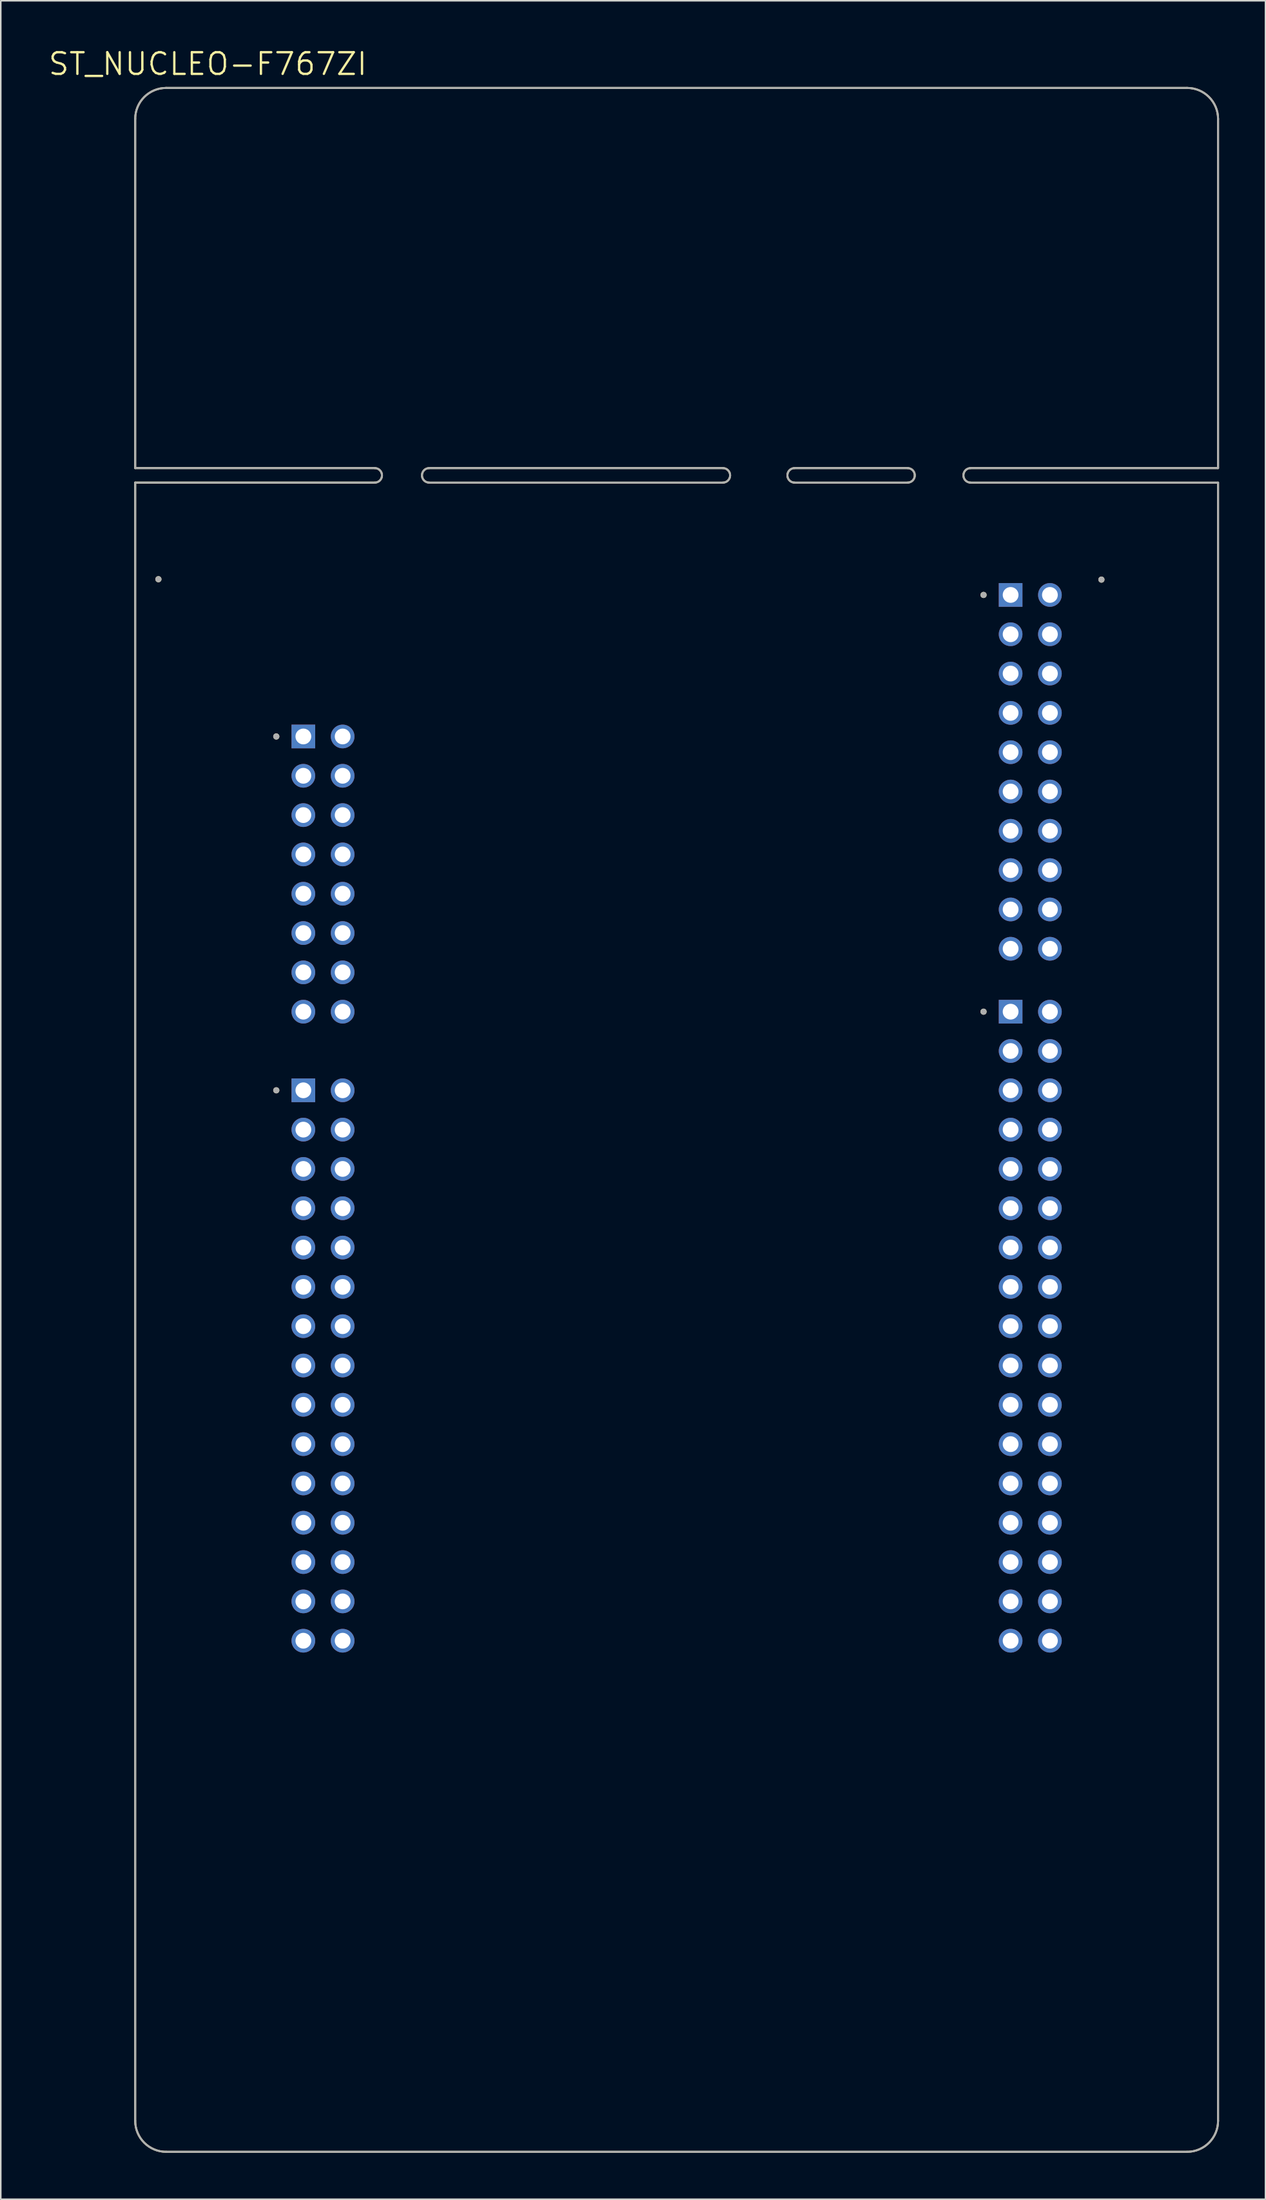
<source format=kicad_pcb>
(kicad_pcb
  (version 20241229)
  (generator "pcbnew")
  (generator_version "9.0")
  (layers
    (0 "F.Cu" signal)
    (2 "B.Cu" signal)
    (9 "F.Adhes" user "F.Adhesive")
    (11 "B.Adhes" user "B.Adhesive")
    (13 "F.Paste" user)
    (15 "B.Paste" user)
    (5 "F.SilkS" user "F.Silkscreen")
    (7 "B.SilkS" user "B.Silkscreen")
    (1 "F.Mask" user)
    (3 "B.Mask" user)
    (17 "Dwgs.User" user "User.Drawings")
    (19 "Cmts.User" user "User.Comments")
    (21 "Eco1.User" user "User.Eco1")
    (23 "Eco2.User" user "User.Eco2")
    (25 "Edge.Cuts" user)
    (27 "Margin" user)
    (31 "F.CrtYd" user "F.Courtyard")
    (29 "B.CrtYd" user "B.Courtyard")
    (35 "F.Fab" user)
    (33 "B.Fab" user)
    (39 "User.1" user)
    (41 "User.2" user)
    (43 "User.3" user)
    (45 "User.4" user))
  (footprint "ST_NUCLEO-F767ZI"
    (layer "F.Cu")
    (at 40.69 69.301)
    (property "Reference" "ST_NUCLEO-F767ZI" (at -30.305 -68.219 0) (layer "F.SilkS") (effects (font (size 1.4 1.4) (thickness 0.15))))
    (attr through_hole)
    (fp_line (start -35 -64.67) (end -35 -42.11) (stroke (width 0.127) (type solid)) (layer "F.SilkS"))
    (fp_line (start -35 -42.11) (end -19.507 -42.11) (stroke (width 0.127) (type solid)) (layer "F.SilkS"))
    (fp_line (start -35 -41.17) (end -35 64.67) (stroke (width 0.127) (type solid)) (layer "F.SilkS"))
    (fp_line (start -35 -41.17) (end -19.507 -41.17) (stroke (width 0.127) (type solid)) (layer "F.SilkS"))
    (fp_line (start -35 -41.17) (end -19.507 -41.17) (stroke (width 0.127) (type solid)) (layer "F.SilkS"))
    (fp_line (start -33 66.67) (end 33 66.67) (stroke (width 0.127) (type solid)) (layer "F.SilkS"))
    (fp_line (start -16.002 -42.11) (end 2.997 -42.11) (stroke (width 0.127) (type solid)) (layer "F.SilkS"))
    (fp_line (start -16.002 -41.17) (end 2.997 -41.17) (stroke (width 0.127) (type solid)) (layer "F.SilkS"))
    (fp_line (start 7.62 -42.11) (end 14.935 -42.11) (stroke (width 0.127) (type solid)) (layer "F.SilkS"))
    (fp_line (start 7.62 -41.17) (end 14.935 -41.17) (stroke (width 0.127) (type solid)) (layer "F.SilkS"))
    (fp_line (start 18.999 -42.11) (end 35 -42.11) (stroke (width 0.127) (type solid)) (layer "F.SilkS"))
    (fp_line (start 18.999 -41.17) (end 35 -41.17) (stroke (width 0.127) (type solid)) (layer "F.SilkS"))
    (fp_line (start 33 -66.67) (end -33 -66.67) (stroke (width 0.127) (type solid)) (layer "F.SilkS"))
    (fp_line (start 35 -42.11) (end 35 -64.67) (stroke (width 0.127) (type solid)) (layer "F.SilkS"))
    (fp_line (start 35 64.67) (end 35 -41.17) (stroke (width 0.127) (type solid)) (layer "F.SilkS"))
    (fp_arc (start -35 -64.67) (mid -34.414214 -66.084214) (end -33 -66.67) (stroke (width 0.127) (type solid)) (layer "F.SilkS"))
    (fp_arc (start -33 66.67) (mid -34.414214 66.084214) (end -35 64.67) (stroke (width 0.127) (type solid)) (layer "F.SilkS"))
    (fp_arc (start -19.507199 -42.11) (mid -19.044602 -41.64) (end -19.5072 -41.17) (stroke (width 0.127) (type solid)) (layer "F.SilkS"))
    (fp_arc (start -16.002001 -41.17) (mid -16.464598 -41.64) (end -16.002 -42.11) (stroke (width 0.127) (type solid)) (layer "F.SilkS"))
    (fp_arc (start 2.997201 -42.11) (mid 3.459798 -41.64) (end 2.9972 -41.17) (stroke (width 0.127) (type solid)) (layer "F.SilkS"))
    (fp_arc (start 7.619999 -41.17) (mid 7.157402 -41.64) (end 7.62 -42.11) (stroke (width 0.127) (type solid)) (layer "F.SilkS"))
    (fp_arc (start 14.935201 -42.11) (mid 15.397798 -41.64) (end 14.9352 -41.17) (stroke (width 0.127) (type solid)) (layer "F.SilkS"))
    (fp_arc (start 18.999199 -41.17) (mid 18.536602 -41.64) (end 18.9992 -42.11) (stroke (width 0.127) (type solid)) (layer "F.SilkS"))
    (fp_arc (start 33 -66.67) (mid 34.414214 -66.084214) (end 35 -64.67) (stroke (width 0.127) (type solid)) (layer "F.SilkS"))
    (fp_arc (start 35 64.67) (mid 34.414214 66.084214) (end 33 66.67) (stroke (width 0.127) (type solid)) (layer "F.SilkS"))
    (fp_circle (center -33.5 -34.93) (end -33.4 -34.93) (stroke (width 0.2) (type solid)) (fill no) (layer "F.SilkS"))
    (fp_circle (center -25.88 -24.77) (end -25.78 -24.77) (stroke (width 0.2) (type solid)) (fill no) (layer "F.SilkS"))
    (fp_circle (center -25.88 -1.91) (end -25.78 -1.91) (stroke (width 0.2) (type solid)) (fill no) (layer "F.SilkS"))
    (fp_circle (center 19.84 -33.914) (end 19.94 -33.914) (stroke (width 0.2) (type solid)) (fill no) (layer "F.SilkS"))
    (fp_circle (center 19.84 -6.99) (end 19.94 -6.99) (stroke (width 0.2) (type solid)) (fill no) (layer "F.SilkS"))
    (fp_circle (center 27.46 -34.905) (end 27.56 -34.905) (stroke (width 0.2) (type solid)) (fill no) (layer "F.SilkS"))
    (fp_line (start -35 -64.67) (end -35 -42.11) (stroke (width 0.127) (type solid)) (layer "F.Fab"))
    (fp_line (start -35 -42.11) (end -19.507 -42.11) (stroke (width 0.127) (type solid)) (layer "F.Fab"))
    (fp_line (start -35 -41.17) (end -35 64.67) (stroke (width 0.127) (type solid)) (layer "F.Fab"))
    (fp_line (start -35 -41.17) (end -19.507 -41.17) (stroke (width 0.127) (type solid)) (layer "F.Fab"))
    (fp_line (start -33 66.67) (end 33 66.67) (stroke (width 0.127) (type solid)) (layer "F.Fab"))
    (fp_line (start -16.002 -42.11) (end 2.997 -42.11) (stroke (width 0.127) (type solid)) (layer "F.Fab"))
    (fp_line (start -16.002 -41.17) (end 2.997 -41.17) (stroke (width 0.127) (type solid)) (layer "F.Fab"))
    (fp_line (start 7.62 -42.11) (end 14.935 -42.11) (stroke (width 0.127) (type solid)) (layer "F.Fab"))
    (fp_line (start 7.62 -41.17) (end 14.935 -41.17) (stroke (width 0.127) (type solid)) (layer "F.Fab"))
    (fp_line (start 18.999 -42.11) (end 35 -42.11) (stroke (width 0.127) (type solid)) (layer "F.Fab"))
    (fp_line (start 18.999 -41.17) (end 35 -41.17) (stroke (width 0.127) (type solid)) (layer "F.Fab"))
    (fp_line (start 33 -66.67) (end -33 -66.67) (stroke (width 0.127) (type solid)) (layer "F.Fab"))
    (fp_line (start 35 -42.11) (end 35 -64.67) (stroke (width 0.127) (type solid)) (layer "F.Fab"))
    (fp_line (start 35 64.67) (end 35 -41.17) (stroke (width 0.127) (type solid)) (layer "F.Fab"))
    (fp_arc (start -35 -64.67) (mid -34.414214 -66.084214) (end -33 -66.67) (stroke (width 0.127) (type solid)) (layer "F.Fab"))
    (fp_arc (start -33 66.67) (mid -34.414214 66.084214) (end -35 64.67) (stroke (width 0.127) (type solid)) (layer "F.Fab"))
    (fp_arc (start -19.507199 -42.11) (mid -19.044602 -41.64) (end -19.5072 -41.17) (stroke (width 0.127) (type solid)) (layer "F.Fab"))
    (fp_arc (start -16.002001 -41.17) (mid -16.464598 -41.64) (end -16.002 -42.11) (stroke (width 0.127) (type solid)) (layer "F.Fab"))
    (fp_arc (start 2.997201 -42.11) (mid 3.459798 -41.64) (end 2.9972 -41.17) (stroke (width 0.127) (type solid)) (layer "F.Fab"))
    (fp_arc (start 7.619999 -41.17) (mid 7.157402 -41.64) (end 7.62 -42.11) (stroke (width 0.127) (type solid)) (layer "F.Fab"))
    (fp_arc (start 14.935201 -42.11) (mid 15.397798 -41.64) (end 14.9352 -41.17) (stroke (width 0.127) (type solid)) (layer "F.Fab"))
    (fp_arc (start 18.999199 -41.17) (mid 18.536602 -41.64) (end 18.9992 -42.11) (stroke (width 0.127) (type solid)) (layer "F.Fab"))
    (fp_arc (start 33 -66.67) (mid 34.414214 -66.084214) (end 35 -64.67) (stroke (width 0.127) (type solid)) (layer "F.Fab"))
    (fp_arc (start 35 64.67) (mid 34.414214 66.084214) (end 33 66.67) (stroke (width 0.127) (type solid)) (layer "F.Fab"))
    (fp_circle (center -33.5 -34.93) (end -33.4 -34.93) (stroke (width 0.2) (type solid)) (fill no) (layer "F.Fab"))
    (fp_circle (center -25.88 -24.77) (end -25.78 -24.77) (stroke (width 0.2) (type solid)) (fill no) (layer "F.Fab"))
    (fp_circle (center -25.88 -1.91) (end -25.78 -1.91) (stroke (width 0.2) (type solid)) (fill no) (layer "F.Fab"))
    (fp_circle (center 19.84 -33.914) (end 19.94 -33.914) (stroke (width 0.2) (type solid)) (fill no) (layer "F.Fab"))
    (fp_circle (center 19.84 -6.99) (end 19.94 -6.99) (stroke (width 0.2) (type solid)) (fill no) (layer "F.Fab"))
    (fp_circle (center 27.46 -34.905) (end 27.56 -34.905) (stroke (width 0.2) (type solid)) (fill no) (layer "F.Fab"))
    (pad "CN7_1" thru_hole rect (at 21.59 -33.914) (size 1.53 1.53) (drill 1.02) (layers "*.Cu" "*.Mask"))
    (pad "CN7_2" thru_hole circle (at 24.13 -33.914) (size 1.53 1.53) (drill 1.02) (layers "*.Cu" "*.Mask"))
    (pad "CN7_3" thru_hole circle (at 21.59 -31.374) (size 1.53 1.53) (drill 1.02) (layers "*.Cu" "*.Mask"))
    (pad "CN7_4" thru_hole circle (at 24.13 -31.374) (size 1.53 1.53) (drill 1.02) (layers "*.Cu" "*.Mask"))
    (pad "CN7_5" thru_hole circle (at 21.59 -28.834) (size 1.53 1.53) (drill 1.02) (layers "*.Cu" "*.Mask"))
    (pad "CN7_6" thru_hole circle (at 24.13 -28.834) (size 1.53 1.53) (drill 1.02) (layers "*.Cu" "*.Mask"))
    (pad "CN7_7" thru_hole circle (at 21.59 -26.294) (size 1.53 1.53) (drill 1.02) (layers "*.Cu" "*.Mask"))
    (pad "CN7_8" thru_hole circle (at 24.13 -26.294) (size 1.53 1.53) (drill 1.02) (layers "*.Cu" "*.Mask"))
    (pad "CN7_9" thru_hole circle (at 21.59 -23.754) (size 1.53 1.53) (drill 1.02) (layers "*.Cu" "*.Mask"))
    (pad "CN7_10" thru_hole circle (at 24.13 -23.754) (size 1.53 1.53) (drill 1.02) (layers "*.Cu" "*.Mask"))
    (pad "CN7_11" thru_hole circle (at 21.59 -21.214) (size 1.53 1.53) (drill 1.02) (layers "*.Cu" "*.Mask"))
    (pad "CN7_12" thru_hole circle (at 24.13 -21.214) (size 1.53 1.53) (drill 1.02) (layers "*.Cu" "*.Mask"))
    (pad "CN7_13" thru_hole circle (at 21.59 -18.674) (size 1.53 1.53) (drill 1.02) (layers "*.Cu" "*.Mask"))
    (pad "CN7_14" thru_hole circle (at 24.13 -18.674) (size 1.53 1.53) (drill 1.02) (layers "*.Cu" "*.Mask"))
    (pad "CN7_15" thru_hole circle (at 21.59 -16.134) (size 1.53 1.53) (drill 1.02) (layers "*.Cu" "*.Mask"))
    (pad "CN7_16" thru_hole circle (at 24.13 -16.134) (size 1.53 1.53) (drill 1.02) (layers "*.Cu" "*.Mask"))
    (pad "CN7_17" thru_hole circle (at 21.59 -13.594) (size 1.53 1.53) (drill 1.02) (layers "*.Cu" "*.Mask"))
    (pad "CN7_18" thru_hole circle (at 24.13 -13.594) (size 1.53 1.53) (drill 1.02) (layers "*.Cu" "*.Mask"))
    (pad "CN7_19" thru_hole circle (at 21.59 -11.054) (size 1.53 1.53) (drill 1.02) (layers "*.Cu" "*.Mask"))
    (pad "CN7_20" thru_hole circle (at 24.13 -11.054) (size 1.53 1.53) (drill 1.02) (layers "*.Cu" "*.Mask"))
    (pad "CN8_1" thru_hole rect (at -24.13 -24.77) (size 1.53 1.53) (drill 1.02) (layers "*.Cu" "*.Mask"))
    (pad "CN8_2" thru_hole circle (at -21.59 -24.77) (size 1.53 1.53) (drill 1.02) (layers "*.Cu" "*.Mask"))
    (pad "CN8_3" thru_hole circle (at -24.13 -22.23) (size 1.53 1.53) (drill 1.02) (layers "*.Cu" "*.Mask"))
    (pad "CN8_4" thru_hole circle (at -21.59 -22.23) (size 1.53 1.53) (drill 1.02) (layers "*.Cu" "*.Mask"))
    (pad "CN8_5" thru_hole circle (at -24.13 -19.69) (size 1.53 1.53) (drill 1.02) (layers "*.Cu" "*.Mask"))
    (pad "CN8_6" thru_hole circle (at -21.59 -19.69) (size 1.53 1.53) (drill 1.02) (layers "*.Cu" "*.Mask"))
    (pad "CN8_7" thru_hole circle (at -24.13 -17.15) (size 1.53 1.53) (drill 1.02) (layers "*.Cu" "*.Mask"))
    (pad "CN8_8" thru_hole circle (at -21.59 -17.15) (size 1.53 1.53) (drill 1.02) (layers "*.Cu" "*.Mask"))
    (pad "CN8_9" thru_hole circle (at -24.13 -14.61) (size 1.53 1.53) (drill 1.02) (layers "*.Cu" "*.Mask"))
    (pad "CN8_10" thru_hole circle (at -21.59 -14.61) (size 1.53 1.53) (drill 1.02) (layers "*.Cu" "*.Mask"))
    (pad "CN8_11" thru_hole circle (at -24.13 -12.07) (size 1.53 1.53) (drill 1.02) (layers "*.Cu" "*.Mask"))
    (pad "CN8_12" thru_hole circle (at -21.59 -12.07) (size 1.53 1.53) (drill 1.02) (layers "*.Cu" "*.Mask"))
    (pad "CN8_13" thru_hole circle (at -24.13 -9.53) (size 1.53 1.53) (drill 1.02) (layers "*.Cu" "*.Mask"))
    (pad "CN8_14" thru_hole circle (at -21.59 -9.53) (size 1.53 1.53) (drill 1.02) (layers "*.Cu" "*.Mask"))
    (pad "CN8_15" thru_hole circle (at -24.13 -6.99) (size 1.53 1.53) (drill 1.02) (layers "*.Cu" "*.Mask"))
    (pad "CN8_16" thru_hole circle (at -21.59 -6.99) (size 1.53 1.53) (drill 1.02) (layers "*.Cu" "*.Mask"))
    (pad "CN9_1" thru_hole rect (at -24.13 -1.91) (size 1.53 1.53) (drill 1.02) (layers "*.Cu" "*.Mask"))
    (pad "CN9_2" thru_hole circle (at -21.59 -1.91) (size 1.53 1.53) (drill 1.02) (layers "*.Cu" "*.Mask"))
    (pad "CN9_3" thru_hole circle (at -24.13 0.63) (size 1.53 1.53) (drill 1.02) (layers "*.Cu" "*.Mask"))
    (pad "CN9_4" thru_hole circle (at -21.59 0.63) (size 1.53 1.53) (drill 1.02) (layers "*.Cu" "*.Mask"))
    (pad "CN9_5" thru_hole circle (at -24.13 3.17) (size 1.53 1.53) (drill 1.02) (layers "*.Cu" "*.Mask"))
    (pad "CN9_6" thru_hole circle (at -21.59 3.17) (size 1.53 1.53) (drill 1.02) (layers "*.Cu" "*.Mask"))
    (pad "CN9_7" thru_hole circle (at -24.13 5.71) (size 1.53 1.53) (drill 1.02) (layers "*.Cu" "*.Mask"))
    (pad "CN9_8" thru_hole circle (at -21.59 5.71) (size 1.53 1.53) (drill 1.02) (layers "*.Cu" "*.Mask"))
    (pad "CN9_9" thru_hole circle (at -24.13 8.25) (size 1.53 1.53) (drill 1.02) (layers "*.Cu" "*.Mask"))
    (pad "CN9_10" thru_hole circle (at -21.59 8.25) (size 1.53 1.53) (drill 1.02) (layers "*.Cu" "*.Mask"))
    (pad "CN9_11" thru_hole circle (at -24.13 10.79) (size 1.53 1.53) (drill 1.02) (layers "*.Cu" "*.Mask"))
    (pad "CN9_12" thru_hole circle (at -21.59 10.79) (size 1.53 1.53) (drill 1.02) (layers "*.Cu" "*.Mask"))
    (pad "CN9_13" thru_hole circle (at -24.13 13.33) (size 1.53 1.53) (drill 1.02) (layers "*.Cu" "*.Mask"))
    (pad "CN9_14" thru_hole circle (at -21.59 13.33) (size 1.53 1.53) (drill 1.02) (layers "*.Cu" "*.Mask"))
    (pad "CN9_15" thru_hole circle (at -24.13 15.87) (size 1.53 1.53) (drill 1.02) (layers "*.Cu" "*.Mask"))
    (pad "CN9_16" thru_hole circle (at -21.59 15.87) (size 1.53 1.53) (drill 1.02) (layers "*.Cu" "*.Mask"))
    (pad "CN9_17" thru_hole circle (at -24.13 18.41) (size 1.53 1.53) (drill 1.02) (layers "*.Cu" "*.Mask"))
    (pad "CN9_18" thru_hole circle (at -21.59 18.41) (size 1.53 1.53) (drill 1.02) (layers "*.Cu" "*.Mask"))
    (pad "CN9_19" thru_hole circle (at -24.13 20.95) (size 1.53 1.53) (drill 1.02) (layers "*.Cu" "*.Mask"))
    (pad "CN9_20" thru_hole circle (at -21.59 20.95) (size 1.53 1.53) (drill 1.02) (layers "*.Cu" "*.Mask"))
    (pad "CN9_21" thru_hole circle (at -24.13 23.49) (size 1.53 1.53) (drill 1.02) (layers "*.Cu" "*.Mask"))
    (pad "CN9_22" thru_hole circle (at -21.59 23.49) (size 1.53 1.53) (drill 1.02) (layers "*.Cu" "*.Mask"))
    (pad "CN9_23" thru_hole circle (at -24.13 26.03) (size 1.53 1.53) (drill 1.02) (layers "*.Cu" "*.Mask"))
    (pad "CN9_24" thru_hole circle (at -21.59 26.03) (size 1.53 1.53) (drill 1.02) (layers "*.Cu" "*.Mask"))
    (pad "CN9_25" thru_hole circle (at -24.13 28.57) (size 1.53 1.53) (drill 1.02) (layers "*.Cu" "*.Mask"))
    (pad "CN9_26" thru_hole circle (at -21.59 28.57) (size 1.53 1.53) (drill 1.02) (layers "*.Cu" "*.Mask"))
    (pad "CN9_27" thru_hole circle (at -24.13 31.11) (size 1.53 1.53) (drill 1.02) (layers "*.Cu" "*.Mask"))
    (pad "CN9_28" thru_hole circle (at -21.59 31.11) (size 1.53 1.53) (drill 1.02) (layers "*.Cu" "*.Mask"))
    (pad "CN9_29" thru_hole circle (at -24.13 33.65) (size 1.53 1.53) (drill 1.02) (layers "*.Cu" "*.Mask"))
    (pad "CN9_30" thru_hole circle (at -21.59 33.65) (size 1.53 1.53) (drill 1.02) (layers "*.Cu" "*.Mask"))
    (pad "CN10_1" thru_hole rect (at 21.59 -6.99) (size 1.53 1.53) (drill 1.02) (layers "*.Cu" "*.Mask"))
    (pad "CN10_2" thru_hole circle (at 24.13 -6.99) (size 1.53 1.53) (drill 1.02) (layers "*.Cu" "*.Mask"))
    (pad "CN10_3" thru_hole circle (at 21.59 -4.45) (size 1.53 1.53) (drill 1.02) (layers "*.Cu" "*.Mask"))
    (pad "CN10_4" thru_hole circle (at 24.13 -4.45) (size 1.53 1.53) (drill 1.02) (layers "*.Cu" "*.Mask"))
    (pad "CN10_5" thru_hole circle (at 21.59 -1.91) (size 1.53 1.53) (drill 1.02) (layers "*.Cu" "*.Mask"))
    (pad "CN10_6" thru_hole circle (at 24.13 -1.91) (size 1.53 1.53) (drill 1.02) (layers "*.Cu" "*.Mask"))
    (pad "CN10_7" thru_hole circle (at 21.59 0.63) (size 1.53 1.53) (drill 1.02) (layers "*.Cu" "*.Mask"))
    (pad "CN10_8" thru_hole circle (at 24.13 0.63) (size 1.53 1.53) (drill 1.02) (layers "*.Cu" "*.Mask"))
    (pad "CN10_9" thru_hole circle (at 21.59 3.17) (size 1.53 1.53) (drill 1.02) (layers "*.Cu" "*.Mask"))
    (pad "CN10_10" thru_hole circle (at 24.13 3.17) (size 1.53 1.53) (drill 1.02) (layers "*.Cu" "*.Mask"))
    (pad "CN10_11" thru_hole circle (at 21.59 5.71) (size 1.53 1.53) (drill 1.02) (layers "*.Cu" "*.Mask"))
    (pad "CN10_12" thru_hole circle (at 24.13 5.71) (size 1.53 1.53) (drill 1.02) (layers "*.Cu" "*.Mask"))
    (pad "CN10_13" thru_hole circle (at 21.59 8.25) (size 1.53 1.53) (drill 1.02) (layers "*.Cu" "*.Mask"))
    (pad "CN10_14" thru_hole circle (at 24.13 8.25) (size 1.53 1.53) (drill 1.02) (layers "*.Cu" "*.Mask"))
    (pad "CN10_15" thru_hole circle (at 21.59 10.79) (size 1.53 1.53) (drill 1.02) (layers "*.Cu" "*.Mask"))
    (pad "CN10_16" thru_hole circle (at 24.13 10.79) (size 1.53 1.53) (drill 1.02) (layers "*.Cu" "*.Mask"))
    (pad "CN10_17" thru_hole circle (at 21.59 13.33) (size 1.53 1.53) (drill 1.02) (layers "*.Cu" "*.Mask"))
    (pad "CN10_18" thru_hole circle (at 24.13 13.33) (size 1.53 1.53) (drill 1.02) (layers "*.Cu" "*.Mask"))
    (pad "CN10_19" thru_hole circle (at 21.59 15.87) (size 1.53 1.53) (drill 1.02) (layers "*.Cu" "*.Mask"))
    (pad "CN10_20" thru_hole circle (at 24.13 15.87) (size 1.53 1.53) (drill 1.02) (layers "*.Cu" "*.Mask"))
    (pad "CN10_21" thru_hole circle (at 21.59 18.41) (size 1.53 1.53) (drill 1.02) (layers "*.Cu" "*.Mask"))
    (pad "CN10_22" thru_hole circle (at 24.13 18.41) (size 1.53 1.53) (drill 1.02) (layers "*.Cu" "*.Mask"))
    (pad "CN10_23" thru_hole circle (at 21.59 20.95) (size 1.53 1.53) (drill 1.02) (layers "*.Cu" "*.Mask"))
    (pad "CN10_24" thru_hole circle (at 24.13 20.95) (size 1.53 1.53) (drill 1.02) (layers "*.Cu" "*.Mask"))
    (pad "CN10_25" thru_hole circle (at 21.59 23.49) (size 1.53 1.53) (drill 1.02) (layers "*.Cu" "*.Mask"))
    (pad "CN10_26" thru_hole circle (at 24.13 23.49) (size 1.53 1.53) (drill 1.02) (layers "*.Cu" "*.Mask"))
    (pad "CN10_27" thru_hole circle (at 21.59 26.03) (size 1.53 1.53) (drill 1.02) (layers "*.Cu" "*.Mask"))
    (pad "CN10_28" thru_hole circle (at 24.13 26.03) (size 1.53 1.53) (drill 1.02) (layers "*.Cu" "*.Mask"))
    (pad "CN10_29" thru_hole circle (at 21.59 28.57) (size 1.53 1.53) (drill 1.02) (layers "*.Cu" "*.Mask"))
    (pad "CN10_30" thru_hole circle (at 24.13 28.57) (size 1.53 1.53) (drill 1.02) (layers "*.Cu" "*.Mask"))
    (pad "CN10_31" thru_hole circle (at 21.59 31.11) (size 1.53 1.53) (drill 1.02) (layers "*.Cu" "*.Mask"))
    (pad "CN10_32" thru_hole circle (at 24.13 31.11) (size 1.53 1.53) (drill 1.02) (layers "*.Cu" "*.Mask"))
    (pad "CN10_33" thru_hole circle (at 21.59 33.65) (size 1.53 1.53) (drill 1.02) (layers "*.Cu" "*.Mask"))
    (pad "CN10_34" thru_hole circle (at 24.13 33.65) (size 1.53 1.53) (drill 1.02) (layers "*.Cu" "*.Mask")))
  (gr_rect
    (start -3 -3)
    (end 78.754 139.035)
    (stroke (width 0.1) (type default))
    (fill no)
    (layer "Edge.Cuts")))
</source>
